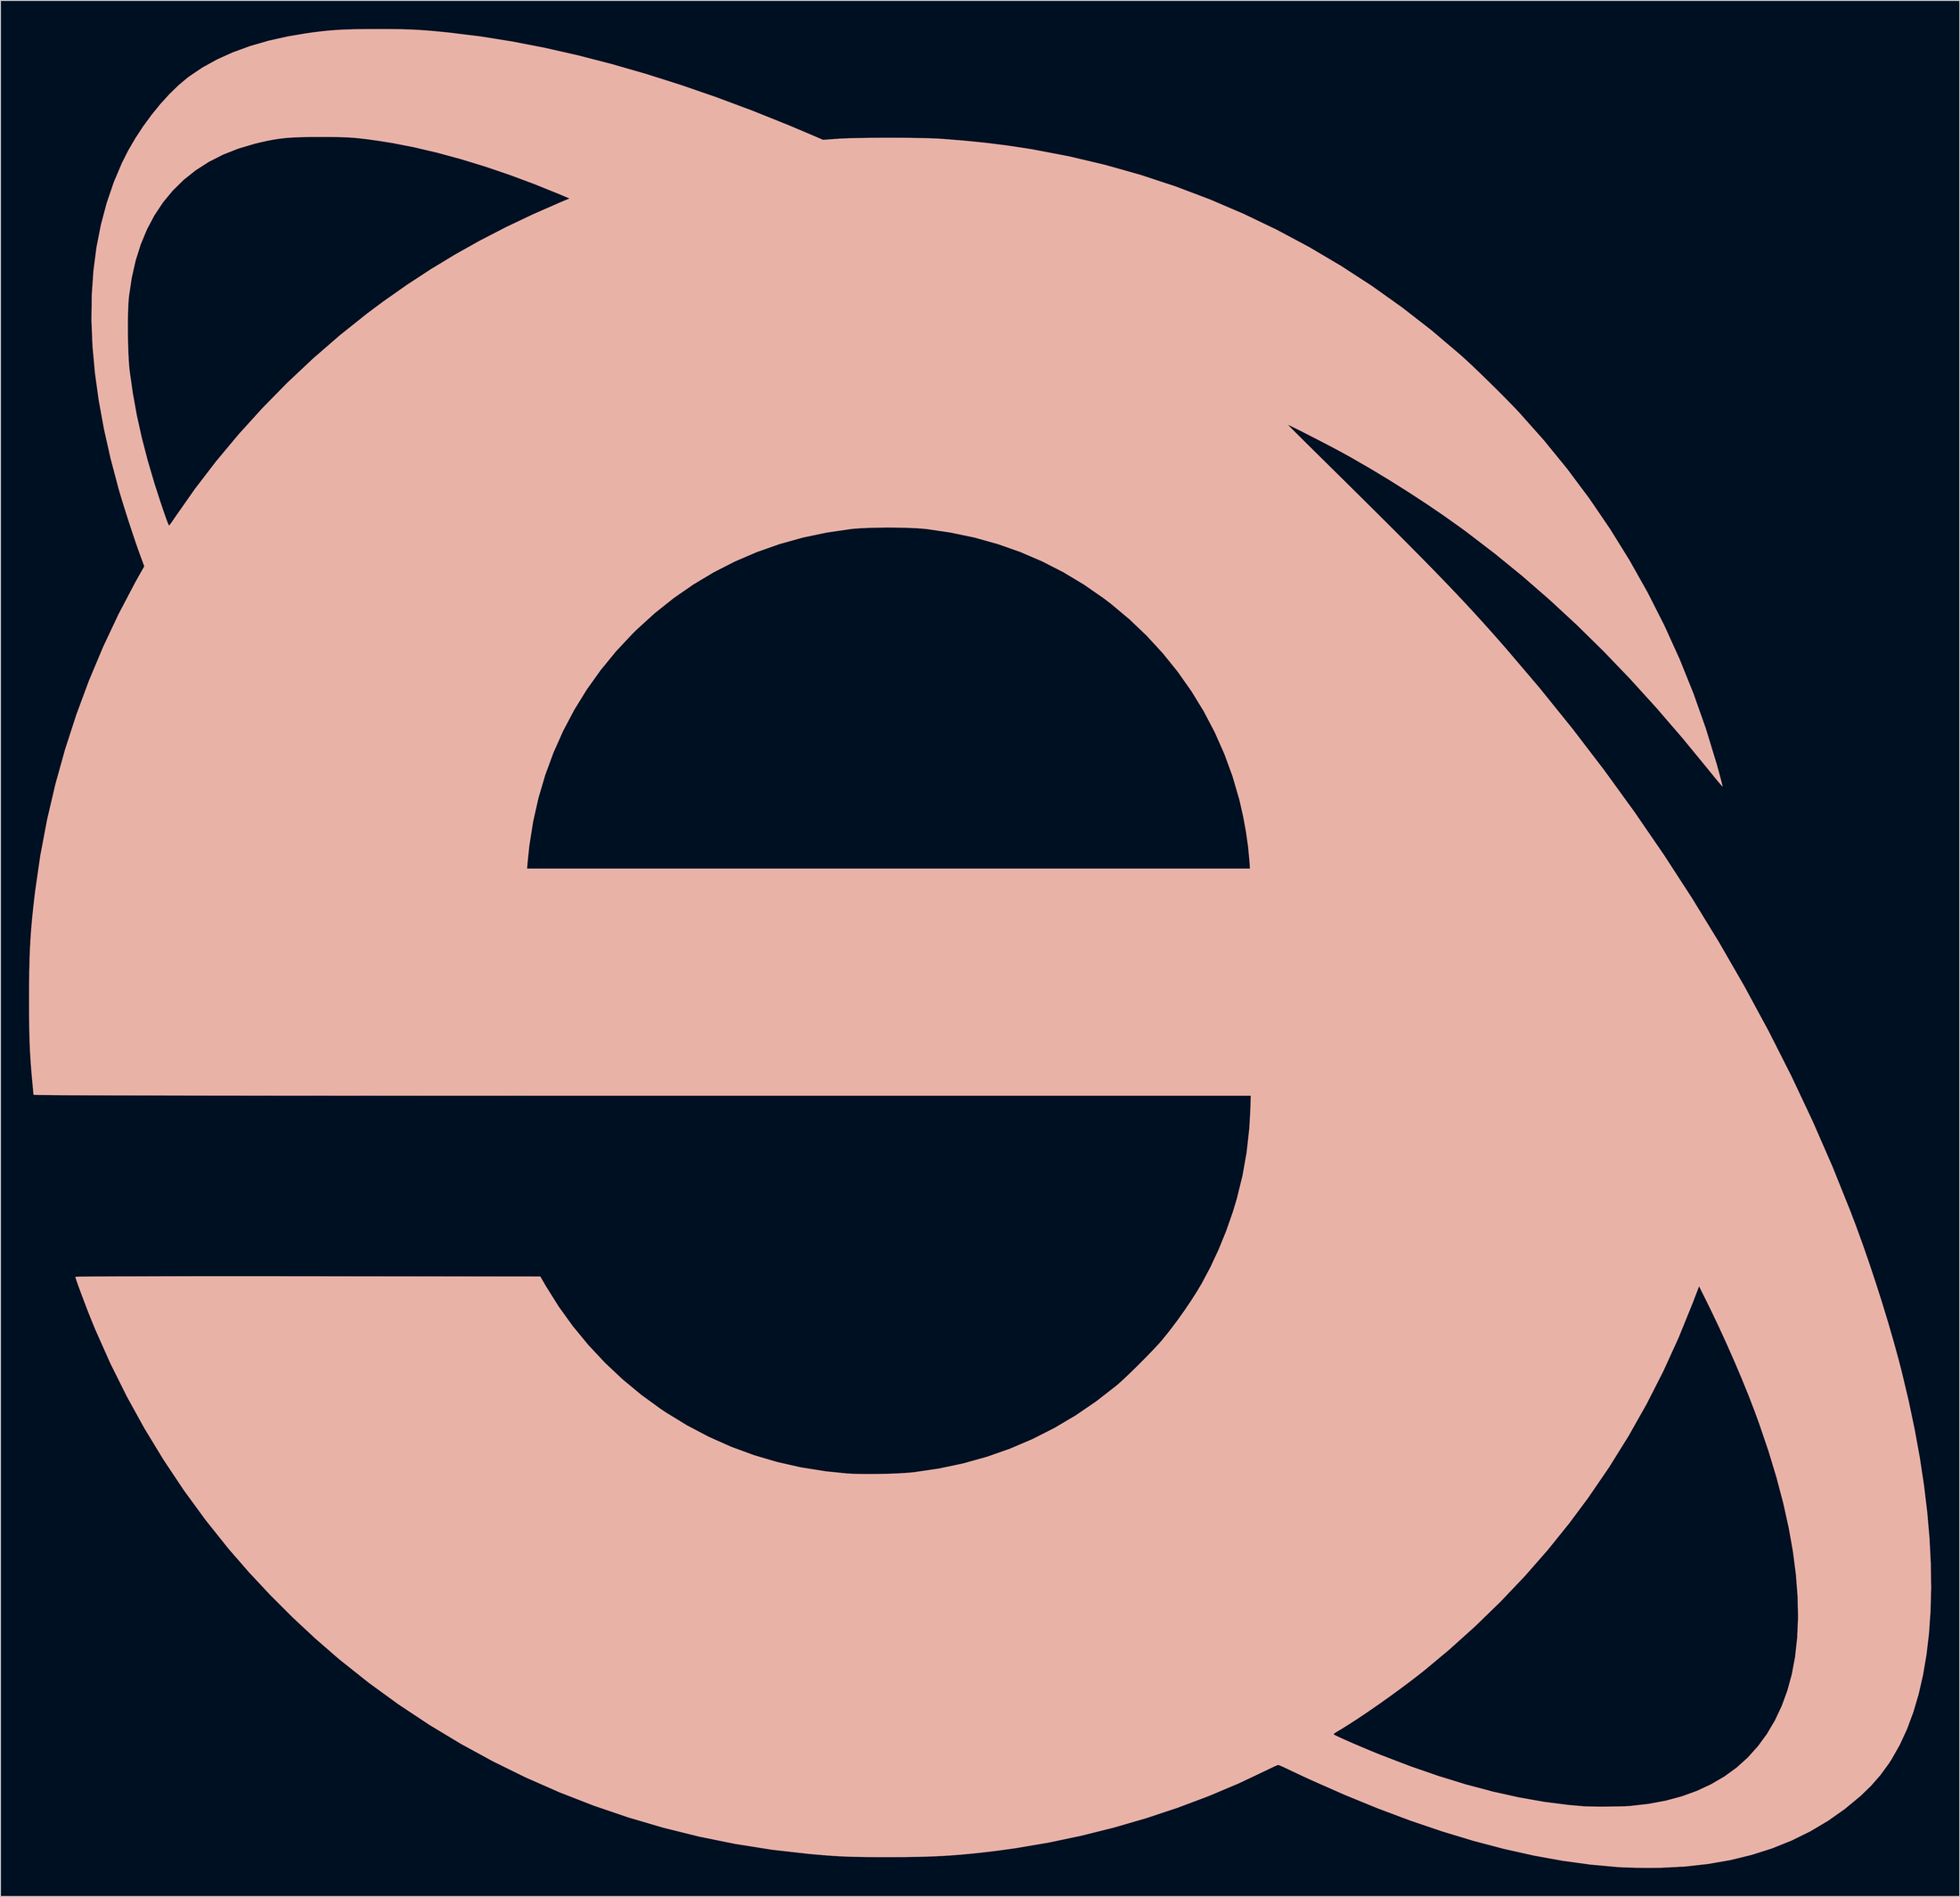
<source format=kicad_pcb>
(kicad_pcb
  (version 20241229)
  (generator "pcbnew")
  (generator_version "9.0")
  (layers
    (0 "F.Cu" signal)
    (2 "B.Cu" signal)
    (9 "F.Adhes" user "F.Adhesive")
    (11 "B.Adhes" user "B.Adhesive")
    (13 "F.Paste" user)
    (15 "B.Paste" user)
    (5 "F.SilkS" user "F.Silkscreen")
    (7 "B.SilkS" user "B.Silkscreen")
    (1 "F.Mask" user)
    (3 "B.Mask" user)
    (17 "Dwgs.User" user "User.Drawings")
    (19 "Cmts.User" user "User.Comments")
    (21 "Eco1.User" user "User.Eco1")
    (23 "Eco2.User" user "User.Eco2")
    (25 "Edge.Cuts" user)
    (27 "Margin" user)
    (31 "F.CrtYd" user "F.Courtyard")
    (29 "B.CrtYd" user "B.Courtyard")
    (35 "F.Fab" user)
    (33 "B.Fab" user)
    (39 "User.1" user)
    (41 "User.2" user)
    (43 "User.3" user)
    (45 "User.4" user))
  (footprint "ie_20x20_B"
    (layer "F.Cu")
    (at 99.951 96.649)
    (property "Reference" "ie_20x20_B" (at 0 0 0) (layer "B.SilkS") (effects (font (size 1.524 1.524) (thickness 0.3))))
    (attr through_hole)
    (fp_poly (pts (xy -62.366 -96.642) (xy -61.451 -96.635) (xy -60.636 -96.62) (xy -59.885 -96.596) (xy -59.163 -96.562) (xy -58.437 -96.514) (xy -57.669 -96.453) (xy -56.827 -96.375) (xy -55.874 -96.279) (xy -55.668 -96.258) (xy -52.445 -95.86) (xy -49.128 -95.329) (xy -45.725 -94.668) (xy -42.245 -93.878) (xy -38.696 -92.962) (xy -35.085 -91.922) (xy -31.422 -90.761) (xy -27.714 -89.48) (xy -23.97 -88.083) (xy -20.197 -86.57) (xy -18.299 -85.77) (xy -16.489 -84.995) (xy -14.997 -85.104) (xy -14.466 -85.134) (xy -13.792 -85.16) (xy -12.999 -85.18) (xy -12.113 -85.196) (xy -11.16 -85.206) (xy -10.165 -85.212) (xy -9.153 -85.212) (xy -8.149 -85.208) (xy -7.18 -85.199) (xy -6.271 -85.184) (xy -5.446 -85.165) (xy -4.733 -85.14) (xy -4.155 -85.111) (xy -4.064 -85.105) (xy -1.652 -84.913) (xy 0.638 -84.681) (xy 2.852 -84.403) (xy 5.033 -84.075) (xy 5.546 -83.99) (xy 9.373 -83.259) (xy 13.152 -82.366) (xy 16.881 -81.313) (xy 20.554 -80.102) (xy 24.169 -78.735) (xy 27.72 -77.214) (xy 31.205 -75.541) (xy 34.618 -73.717) (xy 37.956 -71.745) (xy 41.216 -69.627) (xy 44.393 -67.363) (xy 47.483 -64.957) (xy 50.482 -62.411) (xy 50.673 -62.241) (xy 51.174 -61.785) (xy 51.767 -61.23) (xy 52.427 -60.6) (xy 53.13 -59.919) (xy 53.852 -59.211) (xy 54.567 -58.501) (xy 55.251 -57.813) (xy 55.881 -57.17) (xy 56.43 -56.597) (xy 56.665 -56.346) (xy 59.265 -53.425) (xy 61.729 -50.403) (xy 64.056 -47.284) (xy 66.243 -44.074) (xy 68.288 -40.776) (xy 70.188 -37.396) (xy 71.941 -33.936) (xy 73.545 -30.402) (xy 74.997 -26.798) (xy 76.294 -23.129) (xy 77.434 -19.398) (xy 77.678 -18.52) (xy 77.803 -18.051) (xy 77.912 -17.638) (xy 77.996 -17.308) (xy 78.049 -17.089) (xy 78.063 -17.014) (xy 78.012 -17.054) (xy 77.871 -17.21) (xy 77.651 -17.467) (xy 77.367 -17.808) (xy 77.032 -18.217) (xy 76.659 -18.679) (xy 76.653 -18.687) (xy 73.891 -22.055) (xy 71.128 -25.261) (xy 68.356 -28.313) (xy 65.568 -31.218) (xy 62.757 -33.983) (xy 59.915 -36.615) (xy 57.034 -39.123) (xy 54.106 -41.513) (xy 51.126 -43.792) (xy 50.461 -44.28) (xy 48.725 -45.514) (xy 46.869 -46.776) (xy 44.935 -48.039) (xy 42.964 -49.276) (xy 40.997 -50.462) (xy 39.076 -51.571) (xy 38.11 -52.107) (xy 37.688 -52.335) (xy 37.193 -52.599) (xy 36.642 -52.889) (xy 36.056 -53.194) (xy 35.453 -53.506) (xy 34.854 -53.814) (xy 34.278 -54.108) (xy 33.745 -54.378) (xy 33.273 -54.615) (xy 32.882 -54.808) (xy 32.592 -54.947) (xy 32.422 -55.022) (xy 32.387 -55.033) (xy 32.437 -54.976) (xy 32.598 -54.81) (xy 32.857 -54.547) (xy 33.205 -54.198) (xy 33.631 -53.773) (xy 34.123 -53.284) (xy 34.672 -52.74) (xy 35.266 -52.153) (xy 35.625 -51.798) (xy 37.275 -50.169) (xy 38.811 -48.651) (xy 40.239 -47.237) (xy 41.567 -45.919) (xy 42.8 -44.691) (xy 43.946 -43.546) (xy 45.012 -42.476) (xy 46.004 -41.475) (xy 46.929 -40.536) (xy 47.795 -39.65) (xy 48.607 -38.812) (xy 49.374 -38.015) (xy 50.101 -37.25) (xy 50.796 -36.512) (xy 51.466 -35.793) (xy 52.116 -35.085) (xy 52.755 -34.383) (xy 53.389 -33.679) (xy 54.025 -32.965) (xy 54.669 -32.235) (xy 55.256 -31.566) (xy 58.819 -27.38) (xy 62.27 -23.104) (xy 65.604 -18.745) (xy 68.818 -14.311) (xy 71.906 -9.81) (xy 74.863 -5.25) (xy 77.685 -0.638) (xy 80.367 4.019) (xy 82.905 8.712) (xy 85.294 13.433) (xy 87.529 18.176) (xy 89.606 22.931) (xy 91.519 27.693) (xy 92.078 29.168) (xy 92.778 31.09) (xy 93.478 33.105) (xy 94.167 35.177) (xy 94.833 37.268) (xy 95.465 39.342) (xy 96.05 41.363) (xy 96.578 43.293) (xy 96.888 44.492) (xy 97.627 47.599) (xy 98.265 50.638) (xy 98.802 53.606) (xy 99.239 56.498) (xy 99.575 59.31) (xy 99.812 62.038) (xy 99.948 64.678) (xy 99.984 67.224) (xy 99.92 69.673) (xy 99.757 72.021) (xy 99.494 74.262) (xy 99.131 76.394) (xy 98.67 78.41) (xy 98.109 80.308) (xy 97.45 82.082) (xy 96.691 83.729) (xy 95.834 85.244) (xy 95.516 85.735) (xy 94.63 86.944) (xy 93.653 88.06) (xy 92.568 89.109) (xy 90.901 90.489) (xy 89.138 91.731) (xy 87.279 92.833) (xy 85.324 93.797) (xy 83.272 94.622) (xy 81.123 95.307) (xy 78.878 95.855) (xy 76.536 96.263) (xy 74.097 96.533) (xy 71.561 96.664) (xy 70.104 96.676) (xy 69.466 96.669) (xy 68.806 96.657) (xy 68.169 96.639) (xy 67.602 96.619) (xy 67.151 96.597) (xy 67.098 96.593) (xy 64.207 96.333) (xy 61.235 95.927) (xy 58.185 95.373) (xy 55.06 94.673) (xy 51.86 93.829) (xy 48.589 92.839) (xy 45.248 91.705) (xy 41.84 90.428) (xy 38.368 89.008) (xy 35.052 87.546) (xy 34.472 87.28) (xy 33.885 87.008) (xy 33.326 86.748) (xy 32.835 86.517) (xy 32.449 86.332) (xy 32.35 86.284) (xy 31.991 86.113) (xy 31.682 85.974) (xy 31.456 85.882) (xy 31.354 85.852) (xy 31.239 85.888) (xy 31.005 85.988) (xy 30.685 86.135) (xy 30.311 86.317) (xy 30.246 86.35) (xy 27.213 87.787) (xy 24.061 89.119) (xy 20.81 90.342) (xy 17.479 91.45) (xy 14.088 92.435) (xy 10.655 93.294) (xy 7.201 94.019) (xy 3.744 94.606) (xy 1.905 94.86) (xy 0.579 95.022) (xy -0.655 95.158) (xy -1.828 95.27) (xy -2.972 95.36) (xy -4.121 95.43) (xy -5.305 95.481) (xy -6.558 95.515) (xy -7.911 95.535) (xy -9.397 95.542) (xy -9.61 95.542) (xy -10.735 95.541) (xy -11.719 95.535) (xy -12.591 95.524) (xy -13.379 95.507) (xy -14.112 95.483) (xy -14.818 95.45) (xy -15.526 95.407) (xy -16.263 95.354) (xy -17.059 95.288) (xy -17.943 95.209) (xy -18.034 95.201) (xy -21.891 94.761) (xy -25.717 94.156) (xy -29.506 93.388) (xy -33.253 92.46) (xy -36.952 91.372) (xy -40.599 90.129) (xy -44.189 88.731) (xy -47.715 87.18) (xy -51.174 85.48) (xy -54.56 83.632) (xy -56.224 82.629) (xy 37.169 82.629) (xy 37.244 82.682) (xy 37.457 82.791) (xy 37.789 82.948) (xy 38.221 83.145) (xy 38.734 83.373) (xy 39.31 83.624) (xy 39.93 83.889) (xy 40.574 84.161) (xy 41.225 84.432) (xy 41.862 84.693) (xy 42.135 84.802) (xy 45.204 85.979) (xy 48.185 87.012) (xy 51.083 87.904) (xy 53.9 88.654) (xy 56.639 89.264) (xy 59.303 89.734) (xy 61.895 90.066) (xy 63.415 90.198) (xy 63.81 90.217) (xy 64.335 90.23) (xy 64.952 90.237) (xy 65.623 90.238) (xy 66.309 90.233) (xy 66.971 90.223) (xy 67.572 90.208) (xy 68.072 90.188) (xy 68.368 90.168) (xy 70.285 89.947) (xy 72.084 89.611) (xy 73.772 89.158) (xy 75.358 88.584) (xy 76.85 87.888) (xy 78.257 87.067) (xy 78.274 87.056) (xy 79.549 86.129) (xy 80.718 85.072) (xy 81.78 83.891) (xy 82.729 82.592) (xy 83.563 81.18) (xy 84.279 79.662) (xy 84.873 78.043) (xy 85.341 76.329) (xy 85.681 74.525) (xy 85.684 74.507) (xy 85.907 72.491) (xy 85.996 70.373) (xy 85.951 68.156) (xy 85.773 65.841) (xy 85.462 63.431) (xy 85.019 60.926) (xy 84.443 58.33) (xy 83.734 55.643) (xy 82.894 52.867) (xy 81.922 50.005) (xy 81.409 48.599) (xy 80.784 46.977) (xy 80.083 45.252) (xy 79.323 43.462) (xy 78.522 41.646) (xy 77.697 39.842) (xy 76.863 38.09) (xy 76.266 36.878) (xy 75.59 35.528) (xy 74.93 37.259) (xy 73.452 40.901) (xy 71.837 44.447) (xy 70.08 47.9) (xy 68.179 51.269) (xy 66.132 54.556) (xy 63.934 57.769) (xy 61.95 60.438) (xy 59.695 63.237) (xy 57.291 65.982) (xy 54.751 68.656) (xy 52.091 71.245) (xy 49.326 73.734) (xy 46.807 75.837) (xy 45.926 76.533) (xy 44.965 77.268) (xy 43.948 78.024) (xy 42.898 78.785) (xy 41.841 79.534) (xy 40.802 80.252) (xy 39.804 80.924) (xy 38.871 81.531) (xy 38.03 82.058) (xy 37.571 82.331) (xy 37.349 82.471) (xy 37.203 82.583) (xy 37.169 82.629) (xy -56.224 82.629) (xy -57.867 81.638) (xy -61.091 79.501) (xy -64.226 77.222) (xy -67.267 74.804) (xy -67.422 74.676) (xy -69.846 72.572) (xy -72.245 70.335) (xy -74.582 68) (xy -76.822 65.603) (xy -78.931 63.179) (xy -78.994 63.104) (xy -81.387 60.105) (xy -83.66 56.994) (xy -85.803 53.781) (xy -87.812 50.477) (xy -89.679 47.093) (xy -91.397 43.641) (xy -92.96 40.13) (xy -93.43 38.989) (xy -93.631 38.483) (xy -93.847 37.93) (xy -94.069 37.352) (xy -94.289 36.771) (xy -94.498 36.212) (xy -94.687 35.697) (xy -94.849 35.248) (xy -94.974 34.89) (xy -95.054 34.645) (xy -95.081 34.537) (xy -94.997 34.53) (xy -94.748 34.522) (xy -94.337 34.516) (xy -93.77 34.51) (xy -93.05 34.504) (xy -92.182 34.499) (xy -91.169 34.494) (xy -90.016 34.49) (xy -88.727 34.487) (xy -87.306 34.484) (xy -85.756 34.481) (xy -84.084 34.479) (xy -82.291 34.478) (xy -80.384 34.477) (xy -78.365 34.477) (xy -76.239 34.477) (xy -74.01 34.478) (xy -71.682 34.48) (xy -70.646 34.48) (xy -46.212 34.502) (xy -45.622 35.518) (xy -44.278 37.665) (xy -42.791 39.728) (xy -41.17 41.698) (xy -39.423 43.565) (xy -37.559 45.32) (xy -35.587 46.954) (xy -33.514 48.459) (xy -33.001 48.801) (xy -30.778 50.16) (xy -28.498 51.359) (xy -26.16 52.4) (xy -23.764 53.283) (xy -21.307 54.008) (xy -18.788 54.575) (xy -16.206 54.986) (xy -13.97 55.211) (xy -13.343 55.245) (xy -12.589 55.266) (xy -11.745 55.272) (xy -10.849 55.267) (xy -9.938 55.249) (xy -9.049 55.221) (xy -8.221 55.182) (xy -7.49 55.133) (xy -6.943 55.081) (xy -4.316 54.695) (xy -1.754 54.154) (xy 0.743 53.456) (xy 3.173 52.602) (xy 5.537 51.592) (xy 7.834 50.427) (xy 10.063 49.107) (xy 12.223 47.633) (xy 14.315 46.003) (xy 14.436 45.902) (xy 14.783 45.598) (xy 15.222 45.193) (xy 15.728 44.711) (xy 16.277 44.177) (xy 16.845 43.614) (xy 17.409 43.045) (xy 17.944 42.495) (xy 18.427 41.988) (xy 18.834 41.548) (xy 19.141 41.198) (xy 19.147 41.19) (xy 19.912 40.242) (xy 20.695 39.207) (xy 21.467 38.128) (xy 22.199 37.047) (xy 22.861 36.006) (xy 23.322 35.228) (xy 24.24 33.5) (xy 25.101 31.651) (xy 25.884 29.726) (xy 26.571 27.769) (xy 27.004 26.34) (xy 27.6 23.919) (xy 28.039 21.444) (xy 28.319 18.928) (xy 28.42 17.124) (xy 28.474 15.494) (xy -35.504 15.494) (xy -39.585 15.494) (xy -43.5 15.494) (xy -47.251 15.494) (xy -50.842 15.493) (xy -54.276 15.493) (xy -57.556 15.492) (xy -60.685 15.491) (xy -63.666 15.491) (xy -66.502 15.49) (xy -69.196 15.488) (xy -71.752 15.487) (xy -74.172 15.486) (xy -76.459 15.484) (xy -78.616 15.482) (xy -80.647 15.481) (xy -82.554 15.479) (xy -84.341 15.476) (xy -86.01 15.474) (xy -87.565 15.471) (xy -89.009 15.468) (xy -90.345 15.465) (xy -91.575 15.462) (xy -92.703 15.459) (xy -93.732 15.455) (xy -94.665 15.451) (xy -95.505 15.447) (xy -96.255 15.443) (xy -96.919 15.439) (xy -97.498 15.434) (xy -97.997 15.429) (xy -98.418 15.424) (xy -98.764 15.418) (xy -99.039 15.413) (xy -99.245 15.407) (xy -99.386 15.4) (xy -99.464 15.394) (xy -99.484 15.388) (xy -99.491 15.271) (xy -99.512 15.017) (xy -99.544 14.657) (xy -99.583 14.225) (xy -99.607 13.97) (xy -99.688 13.072) (xy -99.755 12.234) (xy -99.811 11.429) (xy -99.855 10.629) (xy -99.889 9.806) (xy -99.914 8.932) (xy -99.931 7.981) (xy -99.941 6.924) (xy -99.945 5.734) (xy -99.946 5.334) (xy -99.941 3.872) (xy -99.926 2.547) (xy -99.898 1.33) (xy -99.857 0.189) (xy -99.799 -0.906) (xy -99.723 -1.988) (xy -99.628 -3.086) (xy -99.511 -4.232) (xy -99.371 -5.457) (xy -99.304 -6.011) (xy -98.961 -8.382) (xy -47.6 -8.382) (xy 28.388 -8.382) (xy 28.328 -9.25) (xy 28.189 -10.7) (xy 27.97 -12.244) (xy 27.678 -13.83) (xy 27.323 -15.409) (xy 27.25 -15.7) (xy 26.552 -18.094) (xy 25.696 -20.431) (xy 24.689 -22.704) (xy 23.535 -24.906) (xy 22.238 -27.028) (xy 20.804 -29.065) (xy 19.238 -31.008) (xy 17.544 -32.851) (xy 15.728 -34.585) (xy 13.794 -36.205) (xy 13.003 -36.808) (xy 10.916 -38.255) (xy 8.761 -39.547) (xy 6.536 -40.685) (xy 4.24 -41.671) (xy 1.873 -42.503) (xy -0.568 -43.183) (xy -3.083 -43.711) (xy -5.63 -44.083) (xy -6.273 -44.141) (xy -7.05 -44.186) (xy -7.924 -44.217) (xy -8.861 -44.234) (xy -9.825 -44.238) (xy -10.78 -44.227) (xy -11.692 -44.203) (xy -12.524 -44.165) (xy -13.242 -44.114) (xy -13.53 -44.085) (xy -16.107 -43.711) (xy -18.62 -43.182) (xy -21.067 -42.498) (xy -23.444 -41.662) (xy -25.748 -40.674) (xy -27.977 -39.536) (xy -30.126 -38.25) (xy -32.194 -36.817) (xy -34.176 -35.238) (xy -36.071 -33.516) (xy -36.533 -33.06) (xy -38.272 -31.2) (xy -39.87 -29.246) (xy -41.326 -27.204) (xy -42.638 -25.077) (xy -43.804 -22.87) (xy -44.821 -20.588) (xy -45.688 -18.235) (xy -46.402 -15.817) (xy -46.961 -13.338) (xy -47.362 -10.802) (xy -47.542 -9.081) (xy -47.6 -8.382) (xy -98.961 -8.382) (xy -98.759 -9.771) (xy -98.05 -13.518) (xy -97.18 -17.241) (xy -96.153 -20.928) (xy -94.973 -24.57) (xy -93.643 -28.155) (xy -92.166 -31.673) (xy -90.547 -35.113) (xy -88.788 -38.463) (xy -88.328 -39.284) (xy -87.831 -40.16) (xy -88.23 -41.237) (xy -88.468 -41.895) (xy -88.741 -42.68) (xy -89.036 -43.554) (xy -89.343 -44.481) (xy -89.648 -45.426) (xy -89.941 -46.35) (xy -90.209 -47.219) (xy -90.441 -47.994) (xy -90.543 -48.348) (xy -91.378 -51.51) (xy -92.069 -54.585) (xy -92.615 -57.574) (xy -93.017 -60.476) (xy -93.275 -63.292) (xy -93.36 -65.357) (xy -89.563 -65.357) (xy -89.557 -64.429) (xy -89.539 -63.505) (xy -89.509 -62.618) (xy -89.467 -61.803) (xy -89.413 -61.095) (xy -89.373 -60.706) (xy -89.046 -58.387) (xy -88.625 -56.058) (xy -88.104 -53.696) (xy -87.477 -51.279) (xy -86.74 -48.782) (xy -86.143 -46.94) (xy -85.895 -46.204) (xy -85.694 -45.617) (xy -85.534 -45.165) (xy -85.412 -44.835) (xy -85.322 -44.615) (xy -85.259 -44.491) (xy -85.219 -44.45) (xy -85.218 -44.45) (xy -85.159 -44.516) (xy -85.025 -44.698) (xy -84.836 -44.967) (xy -84.61 -45.3) (xy -84.569 -45.36) (xy -82.497 -48.314) (xy -80.274 -51.212) (xy -77.911 -54.041) (xy -75.42 -56.79) (xy -72.815 -59.445) (xy -70.106 -61.994) (xy -67.306 -64.425) (xy -64.427 -66.725) (xy -62.71 -68.005) (xy -60.218 -69.756) (xy -57.709 -71.398) (xy -55.159 -72.944) (xy -52.543 -74.409) (xy -49.838 -75.806) (xy -47.018 -77.148) (xy -44.06 -78.448) (xy -43.476 -78.693) (xy -43.138 -78.834) (xy -44.238 -79.297) (xy -46.861 -80.358) (xy -49.473 -81.329) (xy -52.056 -82.205) (xy -54.595 -82.981) (xy -57.074 -83.654) (xy -59.476 -84.217) (xy -61.785 -84.666) (xy -63.039 -84.868) (xy -63.839 -84.983) (xy -64.536 -85.076) (xy -65.162 -85.149) (xy -65.753 -85.205) (xy -66.341 -85.246) (xy -66.961 -85.273) (xy -67.646 -85.29) (xy -68.43 -85.298) (xy -69.347 -85.301) (xy -69.427 -85.301) (xy -70.471 -85.296) (xy -71.376 -85.278) (xy -72.173 -85.246) (xy -72.89 -85.196) (xy -73.557 -85.124) (xy -74.206 -85.028) (xy -74.865 -84.904) (xy -75.565 -84.749) (xy -76.242 -84.584) (xy -77.961 -84.075) (xy -79.568 -83.439) (xy -81.06 -82.679) (xy -82.437 -81.795) (xy -83.698 -80.791) (xy -84.841 -79.667) (xy -85.865 -78.425) (xy -86.769 -77.066) (xy -87.551 -75.592) (xy -88.21 -74.004) (xy -88.745 -72.305) (xy -89.155 -70.495) (xy -89.438 -68.576) (xy -89.456 -68.411) (xy -89.503 -67.814) (xy -89.537 -67.084) (xy -89.557 -66.253) (xy -89.563 -65.357) (xy -93.36 -65.357) (xy -93.387 -66.021) (xy -93.356 -68.662) (xy -93.18 -71.216) (xy -92.86 -73.683) (xy -92.395 -76.062) (xy -91.785 -78.354) (xy -91.032 -80.557) (xy -90.19 -82.55) (xy -89.542 -83.836) (xy -88.795 -85.123) (xy -87.967 -86.389) (xy -87.076 -87.608) (xy -86.141 -88.759) (xy -85.179 -89.816) (xy -84.209 -90.757) (xy -83.249 -91.559) (xy -83.123 -91.654) (xy -81.725 -92.594) (xy -80.189 -93.442) (xy -78.52 -94.195) (xy -76.722 -94.851) (xy -74.8 -95.409) (xy -72.76 -95.867) (xy -70.946 -96.175) (xy -70.109 -96.293) (xy -69.338 -96.39) (xy -68.605 -96.468) (xy -67.879 -96.529) (xy -67.131 -96.575) (xy -66.33 -96.608) (xy -65.447 -96.629) (xy -64.451 -96.64) (xy -63.415 -96.644) (xy -62.366 -96.642)) (stroke (width 0.01) (type solid)) (fill yes) (layer "B.SilkS")))
  (gr_rect
    (start -3 -3)
    (end 202.939 196.33)
    (stroke (width 0.1) (type default))
    (fill no)
    (layer "Edge.Cuts")))
</source>
